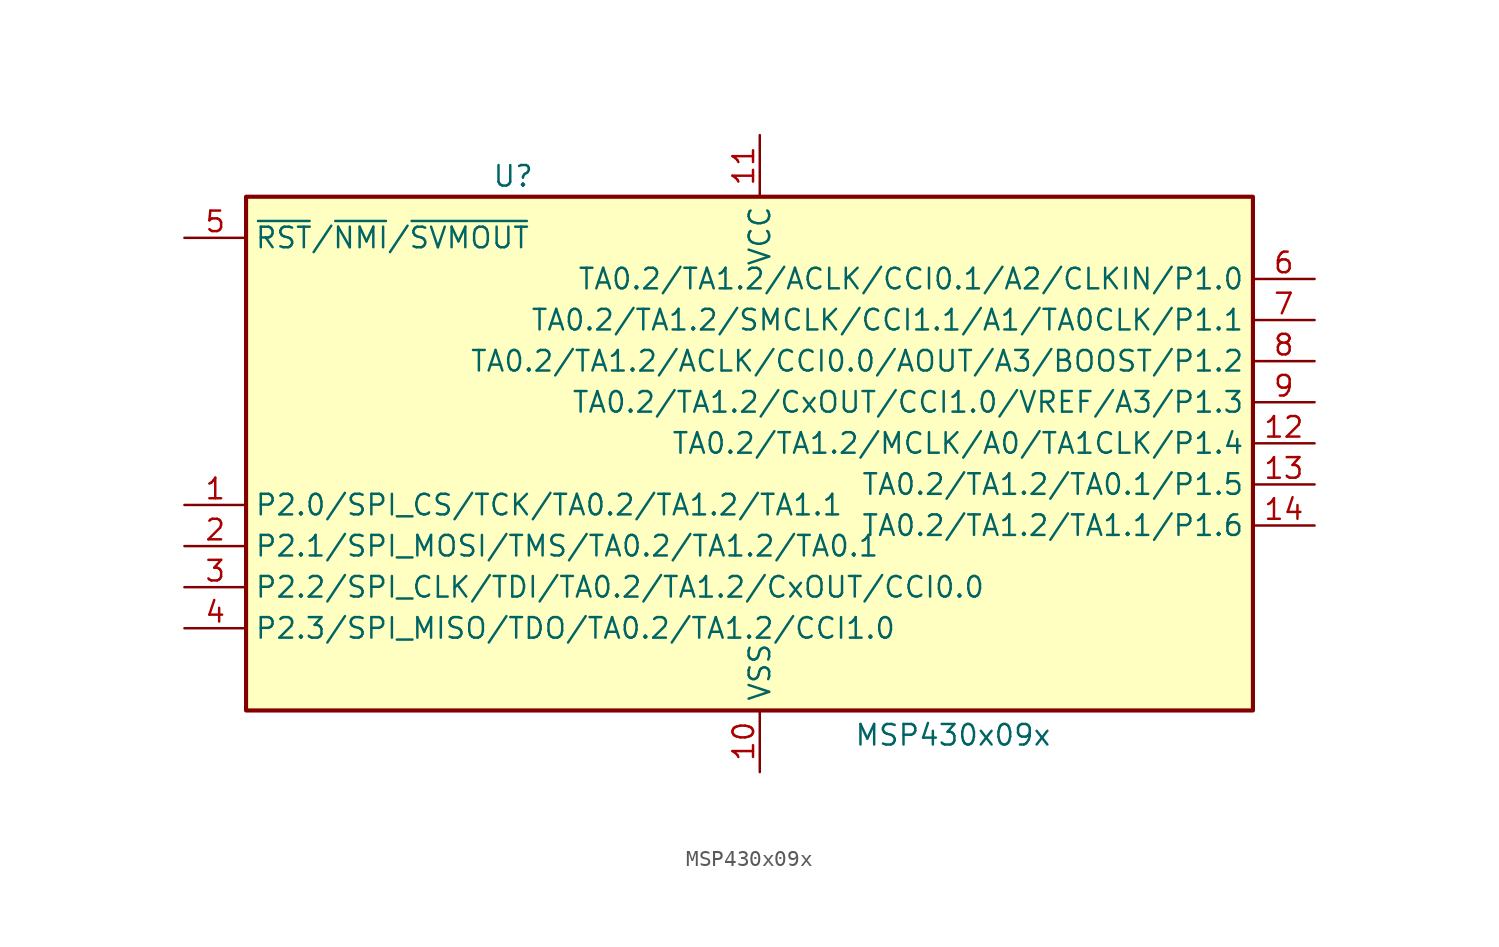
<source format=kicad_sym>
(kicad_symbol_lib
  (version 20231120)
  (generator "kicad_symbol_editor")
  (generator_version "8.0")
  (symbol "MSP430x09x"
    (property "Reference" "U"
      (at -15.24 15.24 0)
      (effects (font (size 1.27 1.27))))
    (property "Value" "MSP430x09x"
      (at 11.938 -19.304 0)
      (effects (font (size 1.27 1.27))))
    (symbol "MSP430x09x_0_1"
      (rectangle (start -31.75 13.97) (end 30.48 -17.78) (stroke (width 0.254) (type default)) (fill (type background))))
    (symbol "MSP430x09x_1_1"
      (pin bidirectional line (at -35.56 -5.08 0) (length 3.81) (name "P2.0/SPI_CS/TCK/TA0.2/TA1.2/TA1.1" (effects (font (size 1.27 1.27)))) (number "1" (effects (font (size 1.27 1.27)))))
      (pin power_in line (at 0 -21.59 90) (length 3.81) (name "VSS" (effects (font (size 1.27 1.27)))) (number "10" (effects (font (size 1.27 1.27)))))
      (pin power_in line (at 0 17.78 270) (length 3.81) (name "VCC" (effects (font (size 1.27 1.27)))) (number "11" (effects (font (size 1.27 1.27)))))
      (pin bidirectional line (at 34.29 -1.27 180) (length 3.81) (name "TA0.2/TA1.2/MCLK/A0/TA1CLK/P1.4" (effects (font (size 1.27 1.27)))) (number "12" (effects (font (size 1.27 1.27)))))
      (pin bidirectional line (at 34.29 -3.81 180) (length 3.81) (name "TA0.2/TA1.2/TA0.1/P1.5" (effects (font (size 1.27 1.27)))) (number "13" (effects (font (size 1.27 1.27)))))
      (pin bidirectional line (at 34.29 -6.35 180) (length 3.81) (name "TA0.2/TA1.2/TA1.1/P1.6" (effects (font (size 1.27 1.27)))) (number "14" (effects (font (size 1.27 1.27)))))
      (pin bidirectional line (at -35.56 -7.62 0) (length 3.81) (name "P2.1/SPI_MOSI/TMS/TA0.2/TA1.2/TA0.1" (effects (font (size 1.27 1.27)))) (number "2" (effects (font (size 1.27 1.27)))))
      (pin bidirectional line (at -35.56 -10.16 0) (length 3.81) (name "P2.2/SPI_CLK/TDI/TA0.2/TA1.2/CxOUT/CCI0.0" (effects (font (size 1.27 1.27)))) (number "3" (effects (font (size 1.27 1.27)))))
      (pin bidirectional line (at -35.56 -12.7 0) (length 3.81) (name "P2.3/SPI_MISO/TDO/TA0.2/TA1.2/CCI1.0" (effects (font (size 1.27 1.27)))) (number "4" (effects (font (size 1.27 1.27)))))
      (pin input line (at -35.56 11.43 0) (length 3.81) (name "~{RST}/~{NMI}/~{SVMOUT}" (effects (font (size 1.27 1.27)))) (number "5" (effects (font (size 1.27 1.27)))))
      (pin bidirectional line (at 34.29 8.89 180) (length 3.81) (name "TA0.2/TA1.2/ACLK/CCI0.1/A2/CLKIN/P1.0" (effects (font (size 1.27 1.27)))) (number "6" (effects (font (size 1.27 1.27)))))
      (pin bidirectional line (at 34.29 6.35 180) (length 3.81) (name "TA0.2/TA1.2/SMCLK/CCI1.1/A1/TA0CLK/P1.1" (effects (font (size 1.27 1.27)))) (number "7" (effects (font (size 1.27 1.27)))))
      (pin bidirectional line (at 34.29 3.81 180) (length 3.81) (name "TA0.2/TA1.2/ACLK/CCI0.0/AOUT/A3/BOOST/P1.2" (effects (font (size 1.27 1.27)))) (number "8" (effects (font (size 1.27 1.27)))))
      (pin bidirectional line (at 34.29 1.27 180) (length 3.81) (name "TA0.2/TA1.2/CxOUT/CCI1.0/VREF/A3/P1.3" (effects (font (size 1.27 1.27)))) (number "9" (effects (font (size 1.27 1.27))))))))
</source>
